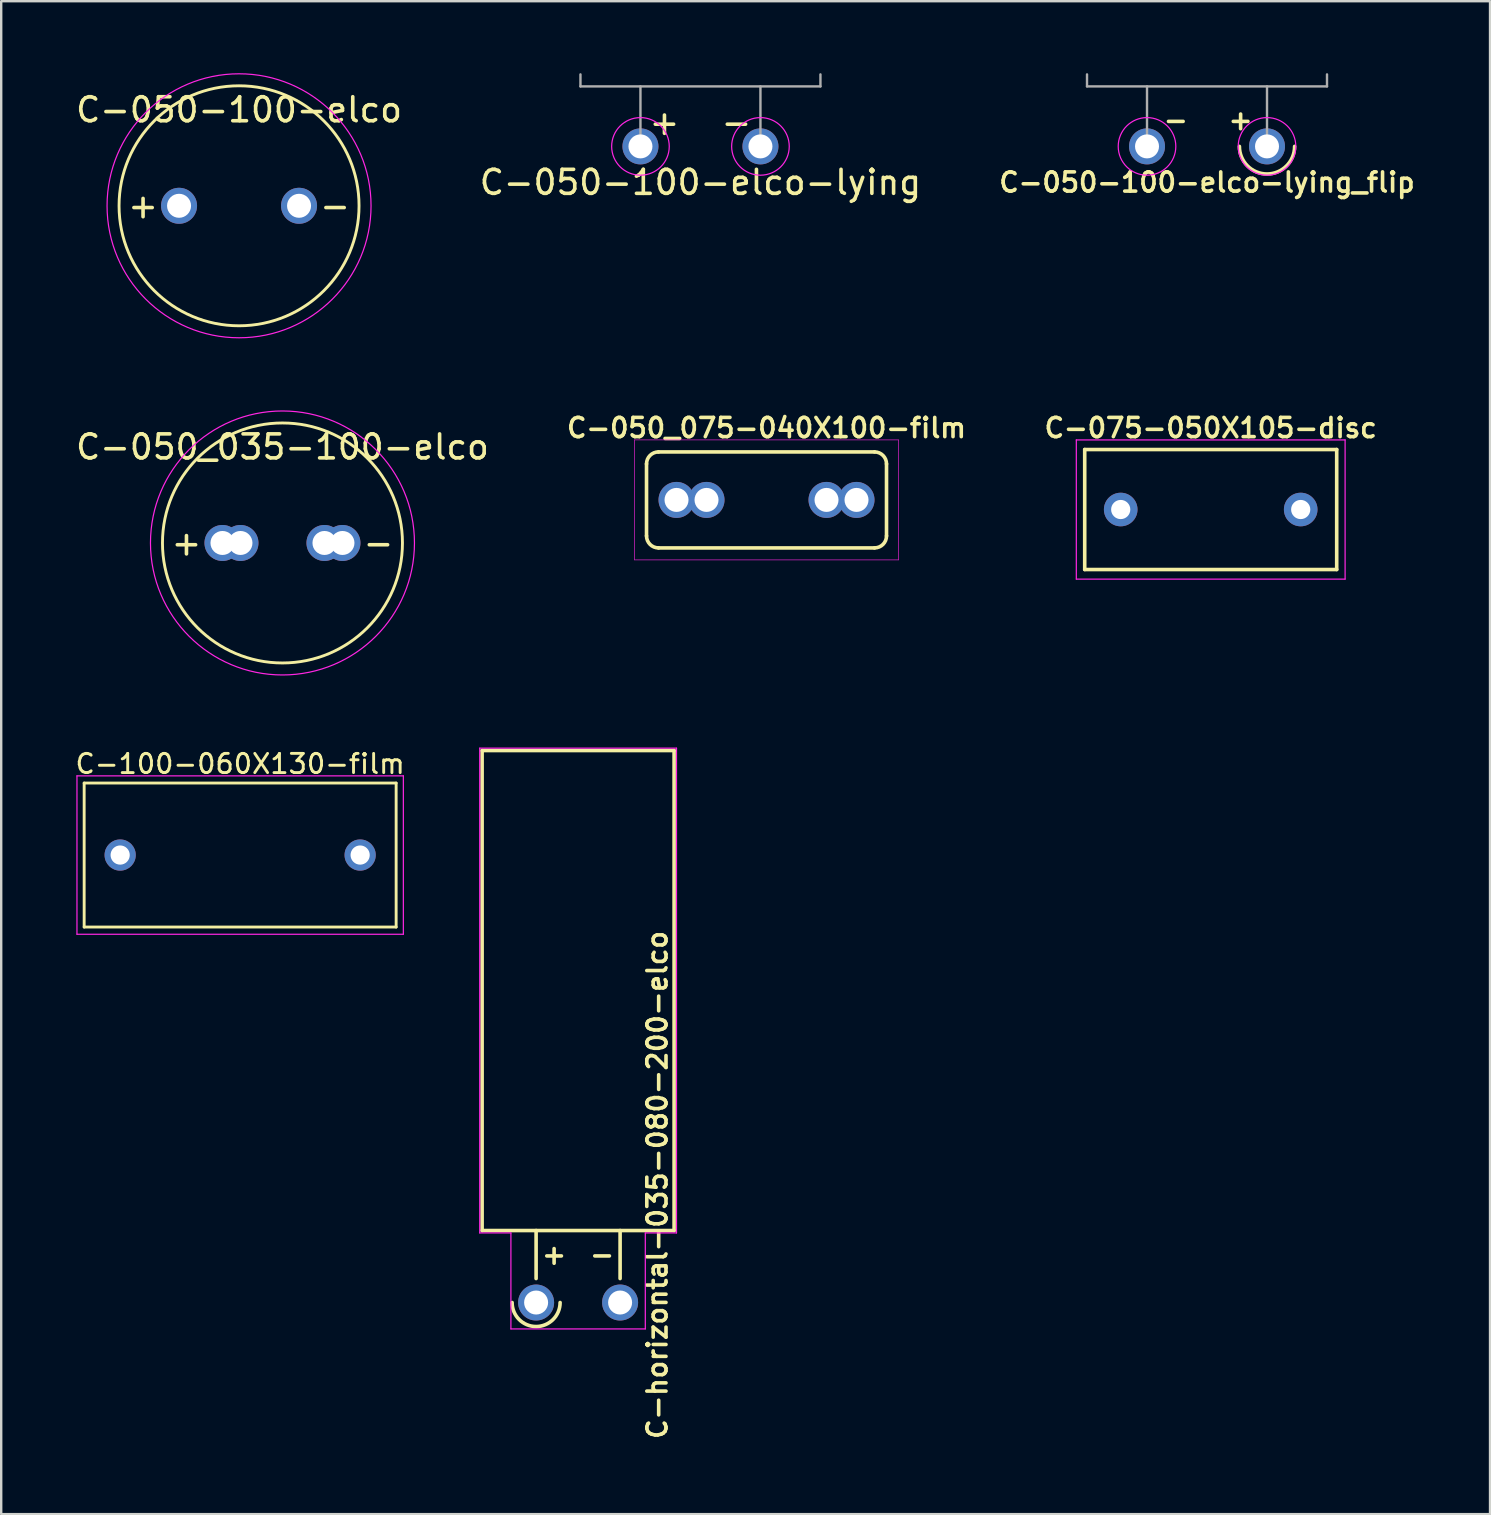
<source format=kicad_pcb>
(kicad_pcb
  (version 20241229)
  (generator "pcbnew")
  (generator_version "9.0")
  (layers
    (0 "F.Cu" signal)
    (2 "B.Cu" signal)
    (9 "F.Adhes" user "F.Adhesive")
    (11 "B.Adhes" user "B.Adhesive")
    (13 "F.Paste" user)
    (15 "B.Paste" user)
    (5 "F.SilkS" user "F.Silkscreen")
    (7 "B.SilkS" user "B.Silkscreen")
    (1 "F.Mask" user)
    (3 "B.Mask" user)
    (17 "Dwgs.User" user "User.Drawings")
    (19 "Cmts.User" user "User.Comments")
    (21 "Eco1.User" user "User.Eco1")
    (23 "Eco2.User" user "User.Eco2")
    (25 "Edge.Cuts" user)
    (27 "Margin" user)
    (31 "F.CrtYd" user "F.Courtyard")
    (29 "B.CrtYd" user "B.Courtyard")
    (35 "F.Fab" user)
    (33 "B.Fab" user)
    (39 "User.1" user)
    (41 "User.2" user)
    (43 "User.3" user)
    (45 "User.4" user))
  (footprint "C-050-100-elco-lying_flip"
    (layer "F.Cu")
    (at 47.245 3.05)
    (property "Reference" "C-050-100-elco-lying_flip" (at 0 1.5 0) (unlocked yes) (layer "F.SilkS") (effects (font (size 0.8 0.8) (thickness 0.15))))
    (attr through_hole)
    (fp_arc (start 3.65 0) (mid 2.5 1.15) (end 1.35 0) (stroke (width 0.15) (type default)) (layer "F.SilkS"))
    (fp_circle (center -2.5 0) (end -3.7 0) (stroke (width 0.05) (type default)) (fill no) (layer "F.CrtYd"))
    (fp_circle (center 2.5 0) (end 3.7 0) (stroke (width 0.05) (type default)) (fill no) (layer "F.CrtYd"))
    (fp_line (start -5 -2.5) (end -5 -3) (stroke (width 0.1) (type default)) (layer "F.Fab"))
    (fp_line (start -5 -2.5) (end 5 -2.5) (stroke (width 0.1) (type default)) (layer "F.Fab"))
    (fp_line (start -2.5 0) (end -2.5 -2.5) (stroke (width 0.1) (type default)) (layer "F.Fab"))
    (fp_line (start 2.5 0) (end 2.5 -2.5) (stroke (width 0.1) (type default)) (layer "F.Fab"))
    (fp_line (start 5 -2.5) (end 5 -3) (stroke (width 0.1) (type default)) (layer "F.Fab"))
    (fp_text user "-" (at -1.3 -1.1 0) (unlocked yes) (layer "F.SilkS") (effects (font (size 0.8 0.8) (thickness 0.15))))
    (fp_text user "+" (at 1.4 -1.1 0) (unlocked yes) (layer "F.SilkS") (effects (font (size 0.8 0.8) (thickness 0.15))))
    (pad "1" thru_hole circle (at 2.5 0) (size 1.5 1.5) (drill 1) (layers "*.Cu" "*.Mask"))
    (pad "2" thru_hole circle (at -2.5 0) (size 1.5 1.5) (drill 1) (layers "*.Cu" "*.Mask")))
  (footprint "C-100-060X130-film"
    (layer "F.Cu")
    (at 6.957 32.579)
    (property "Reference" "C-100-060X130-film" (at 0 -3.8 0) (layer "F.SilkS") (effects (font (size 0.8 0.8) (thickness 0.12))))
    (attr through_hole)
    (fp_line (start -6.5 -3) (end 6.5 -3) (stroke (width 0.12) (type solid)) (layer "F.SilkS"))
    (fp_line (start -6.5 3) (end -6.5 -3) (stroke (width 0.12) (type solid)) (layer "F.SilkS"))
    (fp_line (start 6.5 -3) (end 6.5 3) (stroke (width 0.12) (type solid)) (layer "F.SilkS"))
    (fp_line (start 6.5 3) (end -6.5 3) (stroke (width 0.12) (type solid)) (layer "F.SilkS"))
    (fp_line (start -6.8 -3.3) (end 6.8 -3.3) (stroke (width 0.05) (type solid)) (layer "F.CrtYd"))
    (fp_line (start -6.8 3.3) (end -6.8 -3.3) (stroke (width 0.05) (type solid)) (layer "F.CrtYd"))
    (fp_line (start 6.8 -3.3) (end 6.8 3.3) (stroke (width 0.05) (type solid)) (layer "F.CrtYd"))
    (fp_line (start 6.8 3.3) (end -6.8 3.3) (stroke (width 0.05) (type solid)) (layer "F.CrtYd"))
    (pad "1" thru_hole circle (at -5 0) (size 1.3 1.3) (drill 0.8) (layers "*.Cu" "*.Mask"))
    (pad "2" thru_hole circle (at 5 0) (size 1.3 1.3) (drill 0.8) (layers "*.Cu" "*.Mask")))
  (footprint "C-075-050X105-disc"
    (layer "F.Cu")
    (at 47.399 18.181)
    (property "Reference" "C-075-050X105-disc" (at 0 -3.4 0) (layer "F.SilkS") (effects (font (size 0.8 0.8) (thickness 0.15) (bold yes))))
    (attr through_hole)
    (fp_line (start -5.25 -2.5) (end 5.25 -2.5) (stroke (width 0.15) (type solid)) (layer "F.SilkS"))
    (fp_line (start -5.25 2.5) (end -5.25 -2.5) (stroke (width 0.15) (type solid)) (layer "F.SilkS"))
    (fp_line (start 5.25 -2.5) (end 5.25 2.5) (stroke (width 0.15) (type solid)) (layer "F.SilkS"))
    (fp_line (start 5.25 2.5) (end -5.25 2.5) (stroke (width 0.15) (type solid)) (layer "F.SilkS"))
    (fp_line (start -5.6 -2.9) (end 5.6 -2.9) (stroke (width 0.05) (type solid)) (layer "F.CrtYd"))
    (fp_line (start -5.6 2.9) (end -5.6 -2.9) (stroke (width 0.05) (type solid)) (layer "F.CrtYd"))
    (fp_line (start 5.6 -2.9) (end 5.6 2.9) (stroke (width 0.05) (type solid)) (layer "F.CrtYd"))
    (fp_line (start 5.6 2.9) (end -5.6 2.9) (stroke (width 0.05) (type solid)) (layer "F.CrtYd"))
    (pad "1" thru_hole circle (at -3.75 0) (size 1.4 1.4) (drill 0.8) (layers "*.Cu" "*.Mask"))
    (pad "2" thru_hole circle (at 3.75 0) (size 1.4 1.4) (drill 0.8) (layers "*.Cu" "*.Mask")))
  (footprint "C-050_075-040X100-film"
    (layer "F.Cu")
    (at 28.89 17.781)
    (property "Reference" "C-050_075-040X100-film" (at 0 -3 0) (layer "F.SilkS") (effects (font (size 0.8 0.8) (thickness 0.15))))
    (attr through_hole)
    (fp_line (start -5 -1.5) (end -5 1.5) (stroke (width 0.15) (type solid)) (layer "F.SilkS"))
    (fp_line (start -4.5 2) (end 4.5 2) (stroke (width 0.15) (type solid)) (layer "F.SilkS"))
    (fp_line (start 4.5 -2) (end -4.5 -2) (stroke (width 0.15) (type solid)) (layer "F.SilkS"))
    (fp_line (start 5 1.5) (end 5 -1.5) (stroke (width 0.15) (type solid)) (layer "F.SilkS"))
    (fp_arc (start -5 -1.5) (mid -4.853553 -1.853553) (end -4.5 -2) (stroke (width 0.15) (type solid)) (layer "F.SilkS"))
    (fp_arc (start -4.5 2) (mid -4.853553 1.853553) (end -5 1.5) (stroke (width 0.15) (type solid)) (layer "F.SilkS"))
    (fp_arc (start 4.5 -2) (mid 4.853553 -1.853553) (end 5 -1.5) (stroke (width 0.15) (type solid)) (layer "F.SilkS"))
    (fp_arc (start 5 1.5) (mid 4.853553 1.853553) (end 4.5 2) (stroke (width 0.15) (type solid)) (layer "F.SilkS"))
    (fp_line (start -5.5 -2.5) (end -5.5 2.5) (stroke (width 0.025) (type solid)) (layer "F.CrtYd"))
    (fp_line (start -5.5 2.5) (end 5.5 2.5) (stroke (width 0.025) (type solid)) (layer "F.CrtYd"))
    (fp_line (start 5.5 -2.5) (end -5.5 -2.5) (stroke (width 0.025) (type solid)) (layer "F.CrtYd"))
    (fp_line (start 5.5 2.5) (end 5.5 -2.5) (stroke (width 0.025) (type solid)) (layer "F.CrtYd"))
    (pad "1" thru_hole circle (at -3.75 0) (size 1.5 1.5) (drill 1) (layers "*.Cu" "*.Mask"))
    (pad "1" thru_hole circle (at -2.5 0) (size 1.5 1.5) (drill 1) (layers "*.Cu" "*.Mask"))
    (pad "2" thru_hole circle (at 2.5 0) (size 1.5 1.5) (drill 1) (layers "*.Cu" "*.Mask"))
    (pad "2" thru_hole circle (at 3.75 0) (size 1.5 1.5) (drill 1) (layers "*.Cu" "*.Mask")))
  (footprint "C-050-100-elco-lying"
    (layer "F.Cu")
    (at 26.137 3.05)
    (property "Reference" "C-050-100-elco-lying" (at 0 1.5 0) (unlocked yes) (layer "F.SilkS") (effects (font (size 1 1) (thickness 0.15))))
    (attr through_hole)
    (fp_circle (center -2.5 0) (end -3.7 0) (stroke (width 0.05) (type default)) (fill no) (layer "F.CrtYd"))
    (fp_circle (center 2.5 0) (end 3.7 0) (stroke (width 0.05) (type default)) (fill no) (layer "F.CrtYd"))
    (fp_line (start -5 -2.5) (end -5 -3) (stroke (width 0.1) (type default)) (layer "F.Fab"))
    (fp_line (start -5 -2.5) (end 5 -2.5) (stroke (width 0.1) (type default)) (layer "F.Fab"))
    (fp_line (start -2.5 0) (end -2.5 -2.5) (stroke (width 0.1) (type default)) (layer "F.Fab"))
    (fp_line (start 2.5 0) (end 2.5 -2.5) (stroke (width 0.1) (type default)) (layer "F.Fab"))
    (fp_line (start 5 -2.5) (end 5 -3) (stroke (width 0.1) (type default)) (layer "F.Fab"))
    (fp_text user "-" (at 1.5 -1 0) (unlocked yes) (layer "F.SilkS") (effects (font (size 1 1) (thickness 0.15))))
    (fp_text user "+" (at -1.5 -1 0) (unlocked yes) (layer "F.SilkS") (effects (font (size 1 1) (thickness 0.15))))
    (pad "1" thru_hole circle (at -2.5 0) (size 1.5 1.5) (drill 1) (layers "*.Cu" "*.Mask"))
    (pad "2" thru_hole circle (at 2.5 0) (size 1.5 1.5) (drill 1) (layers "*.Cu" "*.Mask")))
  (footprint "C-050-100-elco"
    (layer "F.Cu")
    (at 6.911 5.525)
    (property "Reference" "C-050-100-elco" (at 0 -4 0) (unlocked yes) (layer "F.SilkS") (effects (font (size 1 1) (thickness 0.15))))
    (attr through_hole)
    (fp_circle (center 0 0) (end 5 0) (stroke (width 0.12) (type solid)) (fill no) (layer "F.SilkS"))
    (fp_circle (center 0 0) (end 5.5 0) (stroke (width 0.05) (type solid)) (fill no) (layer "F.CrtYd"))
    (fp_text user "+" (at -4 0 0) (unlocked yes) (layer "F.SilkS") (effects (font (size 1 1) (thickness 0.15))))
    (fp_text user "-" (at 4 0 0) (unlocked yes) (layer "F.SilkS") (effects (font (size 1 1) (thickness 0.15))))
    (pad "1" thru_hole circle (at -2.5 0) (size 1.5 1.5) (drill 1) (layers "*.Cu" "*.Mask"))
    (pad "2" thru_hole circle (at 2.5 0) (size 1.5 1.5) (drill 1) (layers "*.Cu" "*.Mask")))
  (footprint "C-050_035-100-elco"
    (layer "F.Cu")
    (at 8.72 19.575)
    (property "Reference" "C-050_035-100-elco" (at 0 -4 0) (unlocked yes) (layer "F.SilkS") (effects (font (size 1 1) (thickness 0.15))))
    (attr through_hole)
    (fp_circle (center 0 0) (end 5 0) (stroke (width 0.12) (type solid)) (fill no) (layer "F.SilkS"))
    (fp_circle (center 0 0) (end 5.5 0) (stroke (width 0.05) (type solid)) (fill no) (layer "F.CrtYd"))
    (fp_text user "-" (at 4 0 0) (unlocked yes) (layer "F.SilkS") (effects (font (size 1 1) (thickness 0.15))))
    (fp_text user "+" (at -4 0 0) (unlocked yes) (layer "F.SilkS") (effects (font (size 1 1) (thickness 0.15))))
    (pad "1" thru_hole circle (at -2.5 0) (size 1.5 1.5) (drill 1) (layers "*.Cu" "*.Mask"))
    (pad "1" thru_hole circle (at -1.75 0) (size 1.5 1.5) (drill 1) (layers "*.Cu" "*.Mask"))
    (pad "2" thru_hole circle (at 1.75 0) (size 1.5 1.5) (drill 1) (layers "*.Cu" "*.Mask"))
    (pad "2" thru_hole circle (at 2.5 0) (size 1.5 1.5) (drill 1) (layers "*.Cu" "*.Mask")))
  (footprint "C-horizontal-035-080-200-elco"
    (layer "F.Cu")
    (at 21.039 51.225)
    (property "Reference" "C-horizontal-035-080-200-elco" (at 3.3 -4.9 90) (unlocked yes) (layer "F.SilkS") (effects (font (size 0.8 0.8) (thickness 0.15))))
    (attr through_hole)
    (fp_line (start -4 -23) (end -4 -3) (stroke (width 0.15) (type solid)) (layer "F.SilkS"))
    (fp_line (start -4 -3) (end 4 -3) (stroke (width 0.15) (type solid)) (layer "F.SilkS"))
    (fp_line (start -1.75 -1) (end -1.75 -3) (stroke (width 0.15) (type solid)) (layer "F.SilkS"))
    (fp_line (start 1.75 -1) (end 1.75 -3) (stroke (width 0.15) (type solid)) (layer "F.SilkS"))
    (fp_line (start 4 -23) (end -4 -23) (stroke (width 0.15) (type solid)) (layer "F.SilkS"))
    (fp_line (start 4 -3) (end 4 -23) (stroke (width 0.15) (type solid)) (layer "F.SilkS"))
    (fp_arc (start -0.75 0) (mid -1.75 1) (end -2.75 0) (stroke (width 0.15) (type default)) (layer "F.SilkS"))
    (fp_line (start -4.1 -23.1) (end -4.1 -2.9) (stroke (width 0.05) (type solid)) (layer "F.CrtYd"))
    (fp_line (start -4.1 -2.9) (end -2.8 -2.9) (stroke (width 0.05) (type solid)) (layer "F.CrtYd"))
    (fp_line (start -2.8 -2.9) (end -2.8 1.1) (stroke (width 0.05) (type solid)) (layer "F.CrtYd"))
    (fp_line (start -2.8 1.1) (end 2.8 1.1) (stroke (width 0.05) (type solid)) (layer "F.CrtYd"))
    (fp_line (start 2.8 -2.9) (end 4.1 -2.9) (stroke (width 0.05) (type solid)) (layer "F.CrtYd"))
    (fp_line (start 2.8 1.1) (end 2.8 -2.9) (stroke (width 0.05) (type solid)) (layer "F.CrtYd"))
    (fp_line (start 4.1 -23.1) (end -4.1 -23.1) (stroke (width 0.05) (type solid)) (layer "F.CrtYd"))
    (fp_line (start 4.1 -2.9) (end 4.1 -23.1) (stroke (width 0.05) (type solid)) (layer "F.CrtYd"))
    (fp_text user "-" (at 1 -2 0) (unlocked yes) (layer "F.SilkS") (effects (font (size 0.8 0.8) (thickness 0.15))))
    (fp_text user "+" (at -1 -2 0) (unlocked yes) (layer "F.SilkS") (effects (font (size 0.8 0.8) (thickness 0.15))))
    (pad "1" thru_hole circle (at -1.75 0) (size 1.5 1.5) (drill 1) (layers "*.Cu" "*.Mask"))
    (pad "2" thru_hole circle (at 1.75 0) (size 1.5 1.5) (drill 1) (layers "*.Cu" "*.Mask")))
  (gr_rect
    (start -3 -3)
    (end 59.038 60.041)
    (stroke (width 0.1) (type default))
    (fill no)
    (layer "Edge.Cuts")))
</source>
